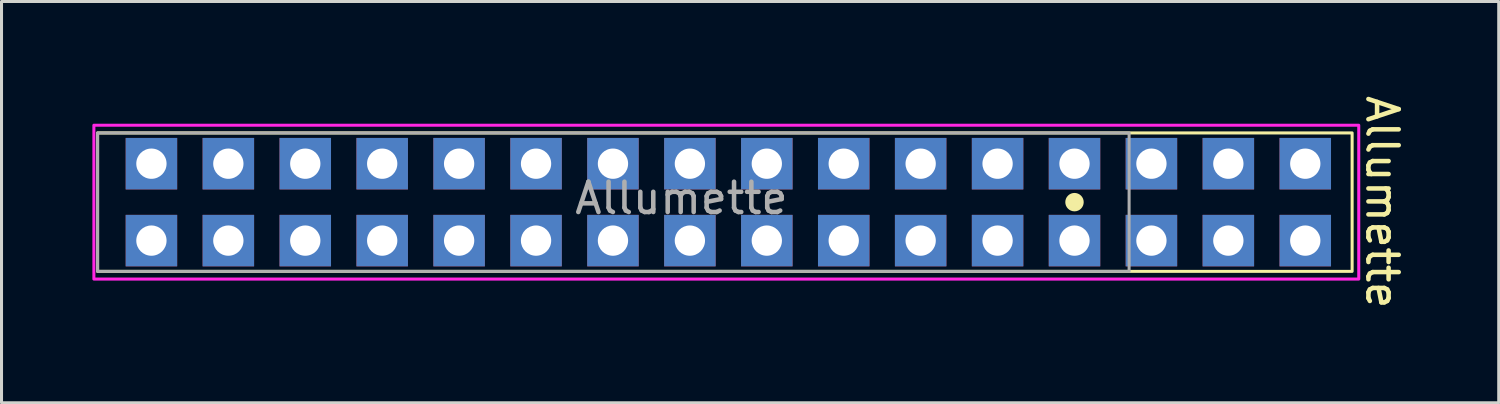
<source format=kicad_pcb>
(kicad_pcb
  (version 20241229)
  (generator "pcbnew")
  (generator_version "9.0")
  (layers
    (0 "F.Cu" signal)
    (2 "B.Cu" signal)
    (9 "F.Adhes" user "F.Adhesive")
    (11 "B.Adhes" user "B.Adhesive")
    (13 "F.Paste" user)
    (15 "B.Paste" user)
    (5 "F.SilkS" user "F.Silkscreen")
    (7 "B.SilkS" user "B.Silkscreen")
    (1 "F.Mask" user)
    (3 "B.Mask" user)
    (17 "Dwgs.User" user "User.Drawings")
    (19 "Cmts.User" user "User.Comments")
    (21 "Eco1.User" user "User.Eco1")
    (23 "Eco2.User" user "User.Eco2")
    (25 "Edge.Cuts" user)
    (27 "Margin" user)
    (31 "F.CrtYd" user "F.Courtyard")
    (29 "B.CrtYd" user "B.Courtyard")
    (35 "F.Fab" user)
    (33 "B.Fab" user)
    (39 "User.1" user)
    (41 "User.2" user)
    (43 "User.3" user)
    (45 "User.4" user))
  (footprint "Allumette"
    (layer "F.Cu")
    (at 17.19 3.625)
    (property "Reference" "Allumette" (at 25.4 0 270) (unlocked yes) (layer "F.SilkS") (effects (font (size 1 1) (thickness 0.15))))
    (attr through_hole)
    (fp_rect (start -17.018 -2.286) (end 24.407 2.286) (stroke (width 0.1) (type default)) (fill no) (layer "F.SilkS"))
    (fp_circle (center 15.24 0) (end 14.986 0) (stroke (width 0.1) (type solid)) (fill yes) (layer "F.SilkS"))
    (fp_rect (start -17.14 -2.54) (end 24.626 2.54) (stroke (width 0.1) (type default)) (fill no) (layer "F.CrtYd"))
    (fp_rect (start -17.018 -2.286) (end 17.043 2.286) (stroke (width 0.1) (type default)) (fill no) (layer "F.Fab"))
    (fp_line (start -0.254 0) (end 0.254 0) (stroke (width 0.1) (type default)) (layer "User.9"))
    (fp_line (start 0 -0.254) (end 0 0.254) (stroke (width 0.1) (type default)) (layer "User.9"))
    (fp_text user "${REFERENCE}" (at 2.26 -0.13 0) (unlocked yes) (layer "F.Fab") (effects (font (size 1 1) (thickness 0.15))))
    (pad "1" thru_hole rect (at -15.24 -1.27) (size 1.7 1.7) (drill 1) (layers "*.Cu" "*.Mask"))
    (pad "1" thru_hole rect (at -15.24 1.27) (size 1.7 1.7) (drill 1) (layers "*.Cu" "*.Mask"))
    (pad "2" thru_hole rect (at -12.7 -1.27) (size 1.7 1.7) (drill 1) (layers "*.Cu" "*.Mask"))
    (pad "2" thru_hole rect (at -12.7 1.27) (size 1.7 1.7) (drill 1) (layers "*.Cu" "*.Mask"))
    (pad "3" thru_hole rect (at -10.16 -1.27) (size 1.7 1.7) (drill 1) (layers "*.Cu" "*.Mask"))
    (pad "3" thru_hole rect (at -10.16 1.27) (size 1.7 1.7) (drill 1) (layers "*.Cu" "*.Mask"))
    (pad "4" thru_hole rect (at -7.62 -1.27) (size 1.7 1.7) (drill 1) (layers "*.Cu" "*.Mask"))
    (pad "4" thru_hole rect (at -7.62 1.27) (size 1.7 1.7) (drill 1) (layers "*.Cu" "*.Mask"))
    (pad "5" thru_hole rect (at -5.08 -1.27) (size 1.7 1.7) (drill 1) (layers "*.Cu" "*.Mask"))
    (pad "5" thru_hole rect (at -5.08 1.27) (size 1.7 1.7) (drill 1) (layers "*.Cu" "*.Mask"))
    (pad "6" thru_hole rect (at -2.54 -1.27) (size 1.7 1.7) (drill 1) (layers "*.Cu" "*.Mask"))
    (pad "6" thru_hole rect (at -2.54 1.27) (size 1.7 1.7) (drill 1) (layers "*.Cu" "*.Mask"))
    (pad "7" thru_hole rect (at 0 -1.27) (size 1.7 1.7) (drill 1) (layers "*.Cu" "*.Mask"))
    (pad "7" thru_hole rect (at 0 1.27) (size 1.7 1.7) (drill 1) (layers "*.Cu" "*.Mask"))
    (pad "8" thru_hole rect (at 2.54 -1.27) (size 1.7 1.7) (drill 1) (layers "*.Cu" "*.Mask"))
    (pad "8" thru_hole rect (at 2.54 1.27) (size 1.7 1.7) (drill 1) (layers "*.Cu" "*.Mask"))
    (pad "9" thru_hole rect (at 5.08 -1.27) (size 1.7 1.7) (drill 1) (layers "*.Cu" "*.Mask"))
    (pad "9" thru_hole rect (at 5.08 1.27) (size 1.7 1.7) (drill 1) (layers "*.Cu" "*.Mask"))
    (pad "10" thru_hole rect (at 7.62 -1.27) (size 1.7 1.7) (drill 1) (layers "*.Cu" "*.Mask"))
    (pad "10" thru_hole rect (at 7.62 1.27) (size 1.7 1.7) (drill 1) (layers "*.Cu" "*.Mask"))
    (pad "11" thru_hole rect (at 10.16 -1.27) (size 1.7 1.7) (drill 1) (layers "*.Cu" "*.Mask"))
    (pad "11" thru_hole rect (at 10.16 1.27) (size 1.7 1.7) (drill 1) (layers "*.Cu" "*.Mask"))
    (pad "12" thru_hole rect (at 12.7 -1.27) (size 1.7 1.7) (drill 1) (layers "*.Cu" "*.Mask"))
    (pad "12" thru_hole rect (at 12.7 1.27) (size 1.7 1.7) (drill 1) (layers "*.Cu" "*.Mask"))
    (pad "13" thru_hole rect (at 15.24 -1.27) (size 1.7 1.7) (drill 1) (layers "*.Cu" "*.Mask"))
    (pad "13" thru_hole rect (at 15.24 1.27) (size 1.7 1.7) (drill 1) (layers "*.Cu" "*.Mask"))
    (pad "14" thru_hole rect (at 17.78 -1.27) (size 1.7 1.7) (drill 1) (layers "*.Cu" "*.Mask"))
    (pad "14" thru_hole rect (at 17.78 1.27) (size 1.7 1.7) (drill 1) (layers "*.Cu" "*.Mask"))
    (pad "15" thru_hole rect (at 20.32 -1.27) (size 1.7 1.7) (drill 1) (layers "*.Cu" "*.Mask"))
    (pad "15" thru_hole rect (at 20.32 1.27) (size 1.7 1.7) (drill 1) (layers "*.Cu" "*.Mask"))
    (pad "16" thru_hole rect (at 22.86 -1.27) (size 1.7 1.7) (drill 1) (layers "*.Cu" "*.Mask"))
    (pad "16" thru_hole rect (at 22.86 1.27) (size 1.7 1.7) (drill 1) (layers "*.Cu" "*.Mask")))
  (gr_rect
    (start -3 -3)
    (end 46.438 10.25)
    (stroke (width 0.1) (type default))
    (fill no)
    (layer "Edge.Cuts")))
</source>
